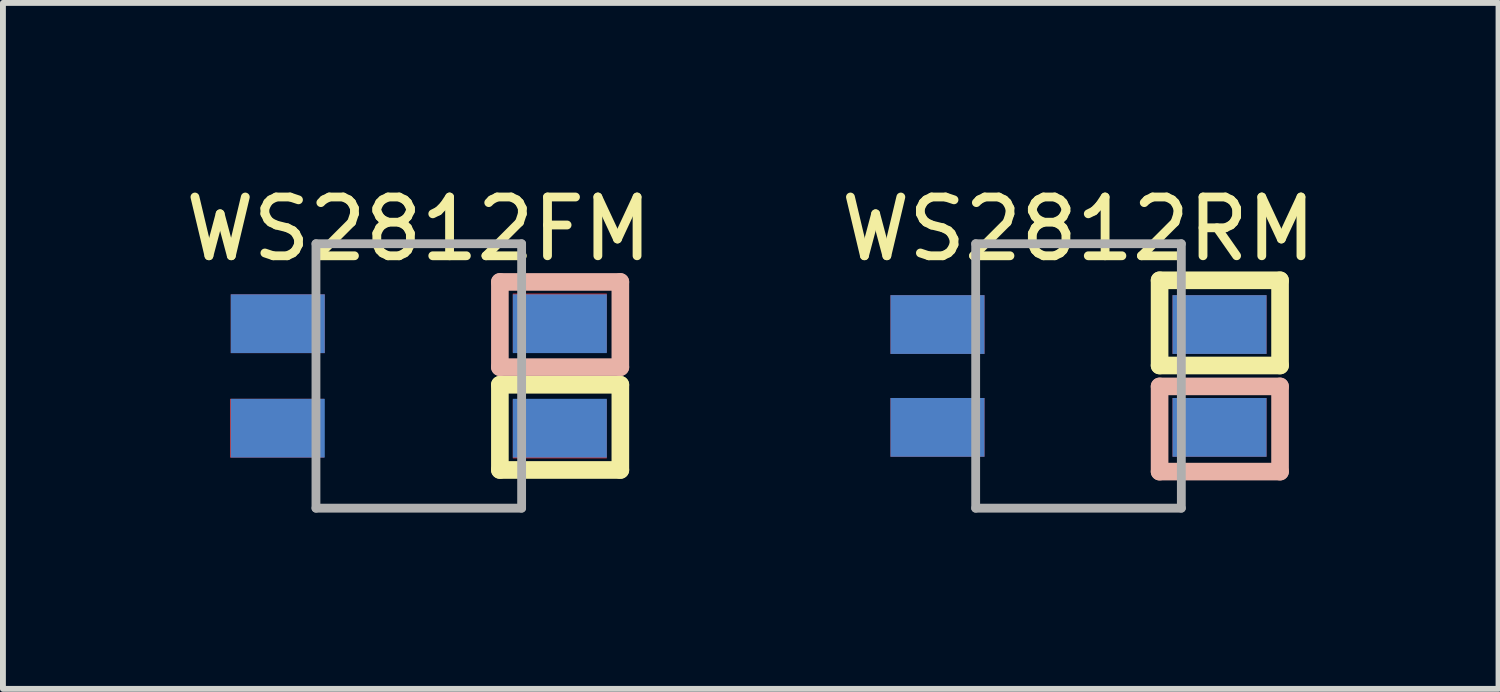
<source format=kicad_pcb>
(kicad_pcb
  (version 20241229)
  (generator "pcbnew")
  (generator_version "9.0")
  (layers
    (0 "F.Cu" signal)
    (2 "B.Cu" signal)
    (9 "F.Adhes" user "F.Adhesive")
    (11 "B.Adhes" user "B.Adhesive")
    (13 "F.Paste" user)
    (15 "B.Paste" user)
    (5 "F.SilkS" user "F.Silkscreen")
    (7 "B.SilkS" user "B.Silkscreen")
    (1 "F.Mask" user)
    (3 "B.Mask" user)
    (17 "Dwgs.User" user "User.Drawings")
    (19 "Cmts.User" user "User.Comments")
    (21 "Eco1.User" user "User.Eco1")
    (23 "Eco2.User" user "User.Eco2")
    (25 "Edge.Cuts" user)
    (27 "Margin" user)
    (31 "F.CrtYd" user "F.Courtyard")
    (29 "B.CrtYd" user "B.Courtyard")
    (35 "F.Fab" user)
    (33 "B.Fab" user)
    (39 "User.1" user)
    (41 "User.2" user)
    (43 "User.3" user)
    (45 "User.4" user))
  (footprint "WS2812FM"
    (layer "F.Cu")
    (at 4.077 3.348)
    (property "Reference" "WS2812FM" (at 0 -2.5 0) (layer "F.SilkS") (effects (font (size 1 1) (thickness 0.15))))
    (attr through_hole)
    (fp_line (start 1.38 0.15) (end 3.43 0.15) (stroke (width 0.3) (type solid)) (layer "F.SilkS"))
    (fp_line (start 1.38 1.6) (end 1.38 0.15) (stroke (width 0.3) (type solid)) (layer "F.SilkS"))
    (fp_line (start 3.43 0.15) (end 3.43 1.6) (stroke (width 0.3) (type solid)) (layer "F.SilkS"))
    (fp_line (start 3.43 1.6) (end 1.38 1.6) (stroke (width 0.3) (type solid)) (layer "F.SilkS"))
    (fp_line (start 1.38 -1.6) (end 3.43 -1.6) (stroke (width 0.3) (type solid)) (layer "B.SilkS"))
    (fp_line (start 1.38 -0.15) (end 1.38 -1.6) (stroke (width 0.3) (type solid)) (layer "B.SilkS"))
    (fp_line (start 3.43 -1.6) (end 3.43 -0.15) (stroke (width 0.3) (type solid)) (layer "B.SilkS"))
    (fp_line (start 3.43 -0.15) (end 1.38 -0.15) (stroke (width 0.3) (type solid)) (layer "B.SilkS"))
    (fp_line (start -1.75 -2.25) (end -1.75 2.25) (stroke (width 0.15) (type solid)) (layer "F.Fab"))
    (fp_line (start -1.75 -2.25) (end 1.75 -2.25) (stroke (width 0.15) (type solid)) (layer "F.Fab"))
    (fp_line (start 1.75 -2.25) (end 1.75 2.25) (stroke (width 0.15) (type solid)) (layer "F.Fab"))
    (fp_line (start 1.75 2.25) (end -1.75 2.25) (stroke (width 0.15) (type solid)) (layer "F.Fab"))
    (pad "1" smd rect (at -2.4 -0.889) (size 1.6 1) (layers "F.Cu" "F.Mask" "F.Paste"))
    (pad "1" smd rect (at -2.4 0.889) (size 1.6 1) (layers "B.Cu" "B.Mask" "B.Paste"))
    (pad "2" smd rect (at -2.413 0.889) (size 1.6 1) (layers "F.Cu" "F.Mask" "F.Paste"))
    (pad "2" smd rect (at -2.4 -0.889) (size 1.6 1) (layers "B.Cu" "B.Mask" "B.Paste"))
    (pad "3" smd rect (at 2.4 -0.889) (size 1.6 1) (layers "B.Cu" "B.Mask" "B.Paste"))
    (pad "3" smd rect (at 2.4 0.903) (size 1.6 1) (layers "F.Cu" "F.Mask" "F.Paste"))
    (pad "4" smd rect (at 2.4 -0.903) (size 1.6 1) (layers "F.Cu" "F.Mask" "F.Paste"))
    (pad "4" smd rect (at 2.4 0.889) (size 1.6 1) (layers "B.Cu" "B.Mask" "B.Paste")))
  (footprint "WS2812RM"
    (layer "F.Cu")
    (at 15.304 3.348)
    (property "Reference" "WS2812RM" (at 0 -2.5 0) (layer "F.SilkS") (effects (font (size 1 1) (thickness 0.15))))
    (attr through_hole)
    (fp_line (start 1.38 -1.628) (end 3.43 -1.628) (stroke (width 0.3) (type solid)) (layer "F.SilkS"))
    (fp_line (start 1.38 -0.178) (end 1.38 -1.628) (stroke (width 0.3) (type solid)) (layer "F.SilkS"))
    (fp_line (start 3.43 -1.628) (end 3.43 -0.178) (stroke (width 0.3) (type solid)) (layer "F.SilkS"))
    (fp_line (start 3.43 -0.178) (end 1.38 -0.178) (stroke (width 0.3) (type solid)) (layer "F.SilkS"))
    (fp_line (start 1.38 0.178) (end 3.43 0.178) (stroke (width 0.3) (type solid)) (layer "B.SilkS"))
    (fp_line (start 1.38 1.628) (end 1.38 0.178) (stroke (width 0.3) (type solid)) (layer "B.SilkS"))
    (fp_line (start 3.43 0.178) (end 3.43 1.628) (stroke (width 0.3) (type solid)) (layer "B.SilkS"))
    (fp_line (start 3.43 1.628) (end 1.38 1.628) (stroke (width 0.3) (type solid)) (layer "B.SilkS"))
    (fp_line (start -1.75 -2.25) (end -1.75 2.25) (stroke (width 0.15) (type solid)) (layer "F.Fab"))
    (fp_line (start -1.75 -2.25) (end 1.75 -2.25) (stroke (width 0.15) (type solid)) (layer "F.Fab"))
    (fp_line (start 1.75 -2.25) (end 1.75 2.25) (stroke (width 0.15) (type solid)) (layer "F.Fab"))
    (fp_line (start 1.75 2.25) (end -1.75 2.25) (stroke (width 0.15) (type solid)) (layer "F.Fab"))
    (pad "1" smd rect (at -2.4 -0.875) (size 1.6 1) (layers "B.Cu" "B.Mask" "B.Paste"))
    (pad "1" smd rect (at -2.4 0.875) (size 1.6 1) (layers "F.Cu" "F.Mask" "F.Paste"))
    (pad "2" smd rect (at -2.4 -0.875) (size 1.6 1) (layers "F.Cu" "F.Mask" "F.Paste"))
    (pad "2" smd rect (at -2.4 0.875) (size 1.6 1) (layers "B.Cu" "B.Mask" "B.Paste"))
    (pad "3" smd rect (at 2.4 -0.875) (size 1.6 1) (layers "F.Cu" "F.Mask" "F.Paste"))
    (pad "3" smd rect (at 2.4 0.875) (size 1.6 1) (layers "B.Cu" "B.Mask" "B.Paste"))
    (pad "4" smd rect (at 2.4 -0.875) (size 1.6 1) (layers "B.Cu" "B.Mask" "B.Paste"))
    (pad "4" smd rect (at 2.4 0.875) (size 1.6 1) (layers "F.Cu" "F.Mask" "F.Paste")))
  (gr_rect
    (start -3 -3)
    (end 22.452 8.673)
    (stroke (width 0.1) (type default))
    (fill no)
    (layer "Edge.Cuts")))
</source>
